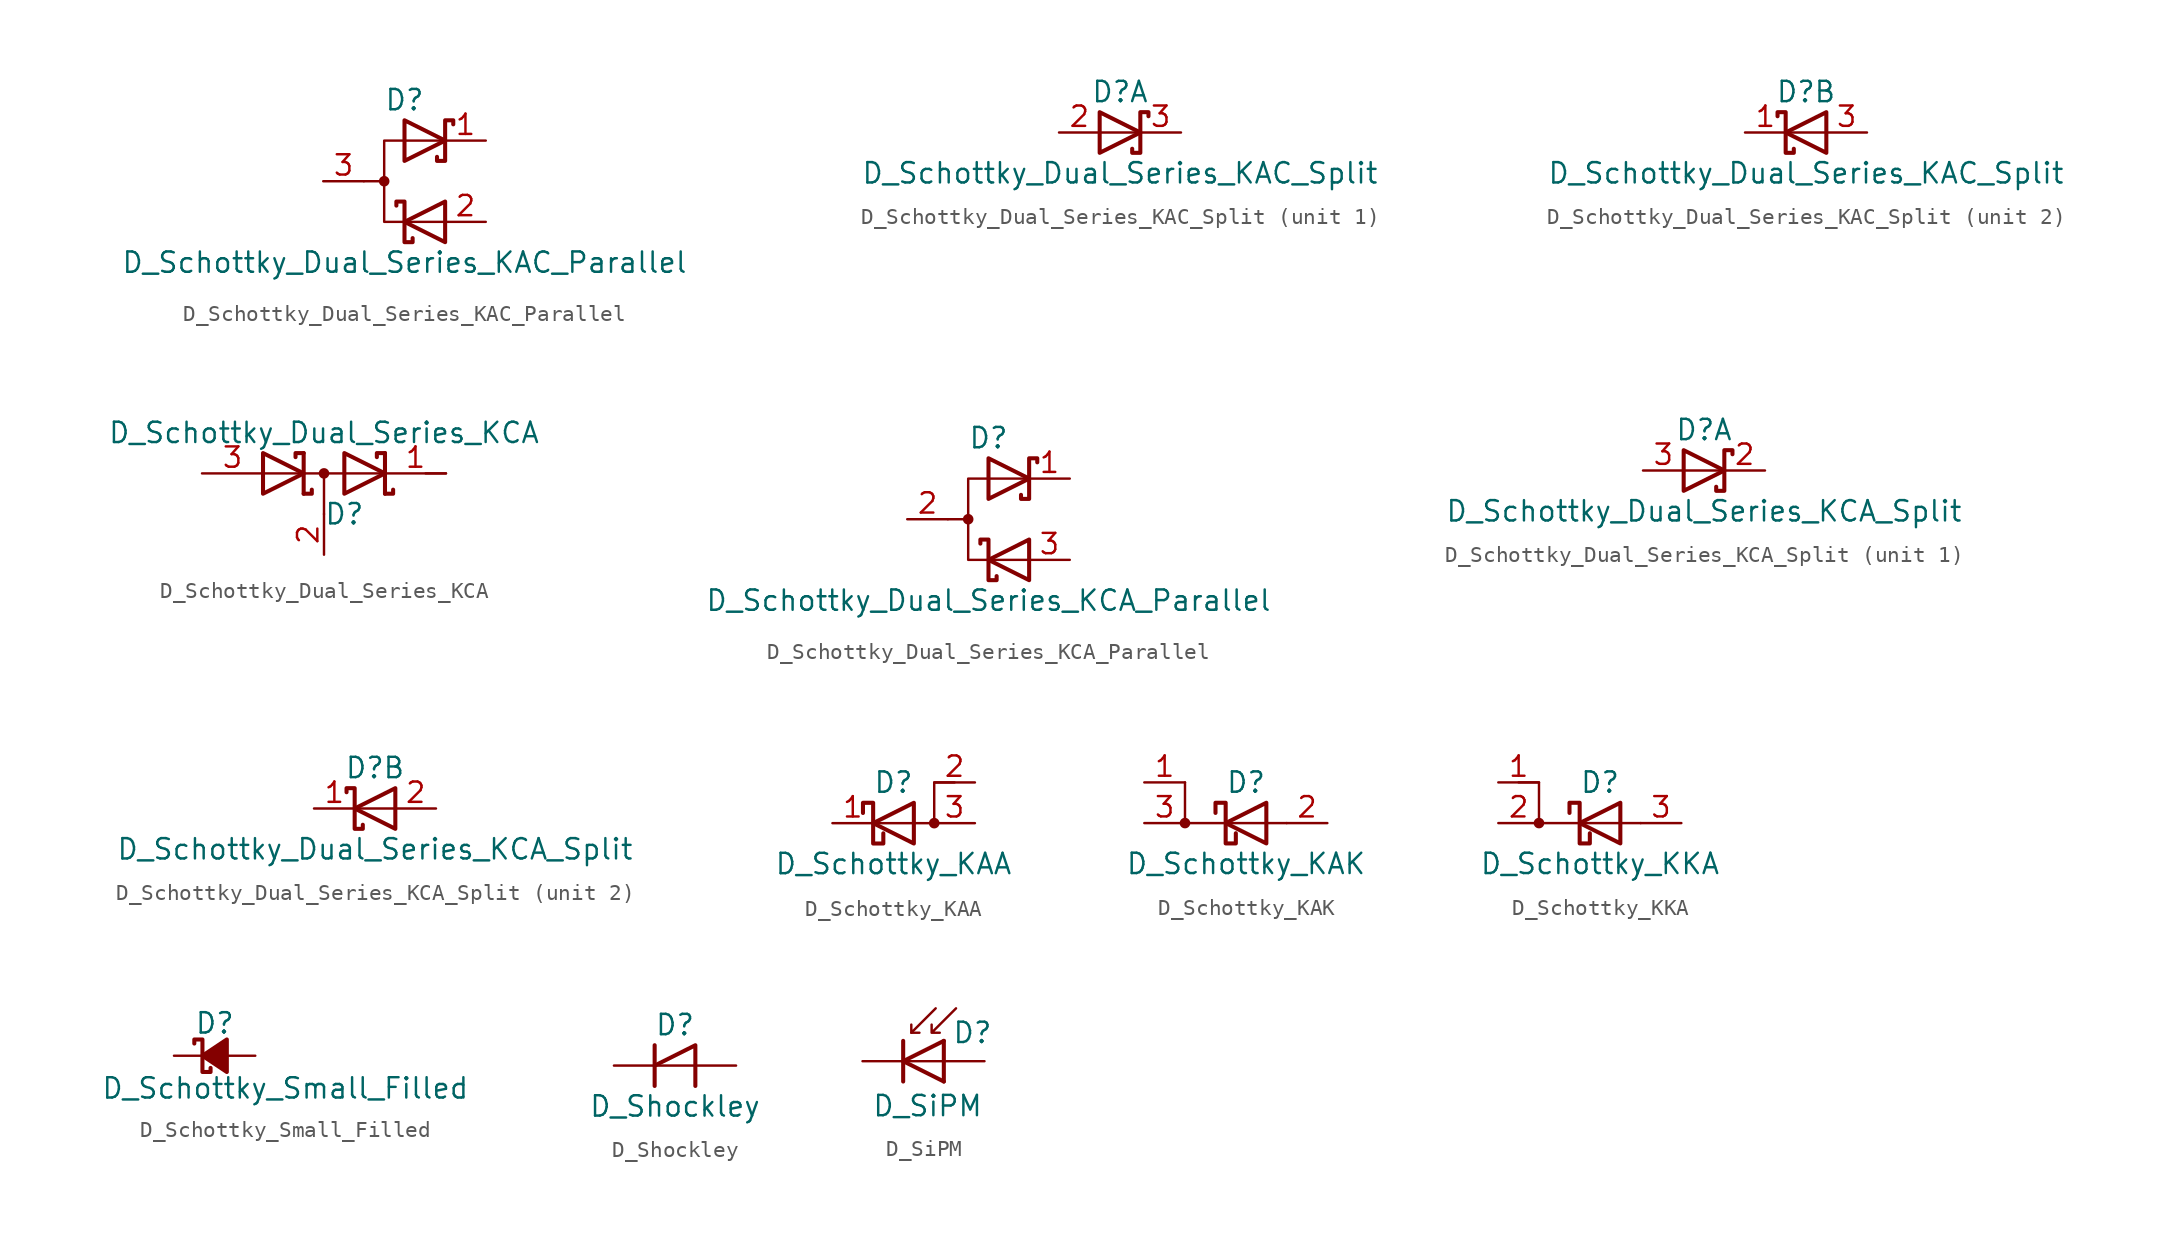
<source format=kicad_sym>
(kicad_symbol_lib
  (version 20241209)
  (generator "kicad_symbol_editor")
  (generator_version "9.0")
  (symbol "D_Schottky_Dual_Series_KAC_Parallel"
    (pin_names
      (offset 0.762)
      (hide yes))
    (property "Reference" "D"
      (at 0 5.08 0)
      (effects (font (size 1.27 1.27))))
    (property "Value" "D_Schottky_Dual_Series_KAC_Parallel"
      (at 0 -5.08 0)
      (effects (font (size 1.27 1.27))))
    (symbol "D_Schottky_Dual_Series_KAC_Parallel_0_1"
      (circle (center -1.27 0) (radius 0.254) (stroke (width 0) (type default)) (fill (type outline)))
      (polyline (pts (xy -1.27 0) (xy -2.54 0)) (stroke (width 0) (type default)) (fill (type none)))
      (polyline (pts (xy -0.508 -1.524) (xy -0.508 -1.27) (xy 0 -1.27) (xy 0 -3.81) (xy 0.508 -3.81) (xy 0.508 -3.556)) (stroke (width 0.254) (type default)) (fill (type none)))
      (polyline (pts (xy 0 3.81) (xy 2.54 2.54) (xy 0 1.27) (xy 0 3.81) (xy 0 3.81) (xy 0 3.81)) (stroke (width 0.254) (type default)) (fill (type none)))
      (polyline (pts (xy 2.54 2.54) (xy -1.27 2.54) (xy -1.27 -2.54) (xy 2.54 -2.54)) (stroke (width 0) (type default)) (fill (type none)))
      (polyline (pts (xy 2.54 -1.27) (xy 0 -2.54) (xy 2.54 -3.81) (xy 2.54 -1.27) (xy 2.54 -1.27) (xy 2.54 -1.27)) (stroke (width 0.254) (type default)) (fill (type none)))
      (polyline (pts (xy 3.048 3.556) (xy 3.048 3.81) (xy 2.54 3.81) (xy 2.54 1.27) (xy 2.032 1.27) (xy 2.032 1.524)) (stroke (width 0.254) (type default)) (fill (type none)))
      (pin passive line (at -5.08 0 0) (length 2.54) (name "A" (effects (font (size 1.27 1.27)))) (number "3" (effects (font (size 1.27 1.27)))))
      (pin passive line (at 5.08 2.54 180) (length 2.54) (name "K" (effects (font (size 1.27 1.27)))) (number "1" (effects (font (size 1.27 1.27)))))
      (pin passive line (at 5.08 -2.54 180) (length 2.54) (name "K" (effects (font (size 1.27 1.27)))) (number "2" (effects (font (size 1.27 1.27)))))))
  (symbol "D_Schottky_Dual_Series_KAC_Split"
    (pin_names
      (offset 0.762)
      (hide yes))
    (property "Reference" "D"
      (at 0 2.54 0)
      (effects (font (size 1.27 1.27))))
    (property "Value" "D_Schottky_Dual_Series_KAC_Split"
      (at 0 -2.54 0)
      (effects (font (size 1.27 1.27))))
    (property "ki_locked" ""
      (at 0 0 0)
      (effects (font (size 1.27 1.27))))
    (symbol "D_Schottky_Dual_Series_KAC_Split_0_1"
      (pin passive line (at 3.81 0 180) (length 2.54) (name "K" (effects (font (size 1.27 1.27)))) (number "3" (effects (font (size 1.27 1.27))))))
    (symbol "D_Schottky_Dual_Series_KAC_Split_1_1"
      (polyline (pts (xy -1.27 1.27) (xy 1.27 0) (xy -1.27 -1.27) (xy -1.27 1.27) (xy -1.27 1.27) (xy -1.27 1.27)) (stroke (width 0.254) (type default)) (fill (type none)))
      (polyline (pts (xy 1.27 0) (xy -1.27 0)) (stroke (width 0) (type default)) (fill (type none)))
      (polyline (pts (xy 1.778 1.016) (xy 1.778 1.27) (xy 1.27 1.27) (xy 1.27 -1.27) (xy 0.762 -1.27) (xy 0.762 -1.016)) (stroke (width 0.254) (type default)) (fill (type none)))
      (pin passive line (at -3.81 0 0) (length 2.54) (name "A" (effects (font (size 1.27 1.27)))) (number "2" (effects (font (size 1.27 1.27))))))
    (symbol "D_Schottky_Dual_Series_KAC_Split_2_1"
      (polyline (pts (xy -1.778 1.016) (xy -1.778 1.27) (xy -1.27 1.27) (xy -1.27 -1.27) (xy -0.762 -1.27) (xy -0.762 -1.016)) (stroke (width 0.254) (type default)) (fill (type none)))
      (polyline (pts (xy -1.27 0) (xy 1.27 0)) (stroke (width 0) (type default)) (fill (type none)))
      (polyline (pts (xy 1.27 1.27) (xy -1.27 0) (xy 1.27 -1.27) (xy 1.27 1.27) (xy 1.27 1.27) (xy 1.27 1.27)) (stroke (width 0.254) (type default)) (fill (type none)))
      (pin passive line (at -3.81 0 0) (length 2.54) (name "K" (effects (font (size 1.27 1.27)))) (number "1" (effects (font (size 1.27 1.27)))))))
  (symbol "D_Schottky_Dual_Series_KCA"
    (pin_names
      (offset 0.762)
      (hide yes))
    (property "Reference" "D"
      (at 1.27 -2.54 0)
      (effects (font (size 1.27 1.27))))
    (property "Value" "D_Schottky_Dual_Series_KCA"
      (at 0 2.54 0)
      (effects (font (size 1.27 1.27))))
    (symbol "D_Schottky_Dual_Series_KCA_0_1"
      (polyline (pts (xy -3.81 1.27) (xy -1.27 0) (xy -3.81 -1.27) (xy -3.81 1.27) (xy -3.81 1.27) (xy -3.81 1.27)) (stroke (width 0.254) (type default)) (fill (type none)))
      (polyline (pts (xy -3.81 0) (xy 3.81 0)) (stroke (width 0) (type default)) (fill (type none)))
      (polyline (pts (xy -1.778 1.016) (xy -1.778 1.27) (xy -1.27 1.27) (xy -1.27 1.27) (xy -1.27 1.27)) (stroke (width 0.254) (type default)) (fill (type none)))
      (polyline (pts (xy -1.27 -1.27) (xy -1.27 1.27) (xy -1.27 1.27)) (stroke (width 0.254) (type default)) (fill (type none)))
      (polyline (pts (xy -1.27 -1.27) (xy -0.762 -1.27) (xy -0.762 -1.016) (xy -0.762 -1.016)) (stroke (width 0.254) (type default)) (fill (type none)))
      (polyline (pts (xy 0 0) (xy 0 -2.54)) (stroke (width 0) (type default)) (fill (type none)))
      (circle (center 0 0) (radius 0.254) (stroke (width 0) (type default)) (fill (type outline)))
      (polyline (pts (xy 1.27 1.27) (xy 3.81 0) (xy 1.27 -1.27) (xy 1.27 1.27) (xy 1.27 1.27) (xy 1.27 1.27)) (stroke (width 0.254) (type default)) (fill (type none)))
      (polyline (pts (xy 3.81 1.27) (xy 3.81 -1.27) (xy 3.81 -1.27)) (stroke (width 0.254) (type default)) (fill (type none)))
      (polyline (pts (xy 3.81 1.27) (xy 3.302 1.27) (xy 3.302 1.016) (xy 3.302 1.016)) (stroke (width 0.254) (type default)) (fill (type none)))
      (polyline (pts (xy 3.81 -1.27) (xy 4.318 -1.27) (xy 4.318 -1.016) (xy 4.318 -1.016)) (stroke (width 0.254) (type default)) (fill (type none)))
      (polyline (pts (xy 6.35 0) (xy 7.62 0)) (stroke (width 0) (type default)) (fill (type none)))
      (pin passive line (at -7.62 0 0) (length 3.81) (name "A" (effects (font (size 1.27 1.27)))) (number "3" (effects (font (size 1.27 1.27)))))
      (pin passive line (at 0 -5.08 90) (length 2.54) (name "common" (effects (font (size 1.27 1.27)))) (number "2" (effects (font (size 1.27 1.27)))))
      (pin passive line (at 7.62 0 180) (length 3.81) (name "K" (effects (font (size 1.27 1.27)))) (number "1" (effects (font (size 1.27 1.27)))))))
  (symbol "D_Schottky_Dual_Series_KCA_Parallel"
    (pin_names
      (offset 0.762)
      (hide yes))
    (property "Reference" "D"
      (at 0 5.08 0)
      (effects (font (size 1.27 1.27))))
    (property "Value" "D_Schottky_Dual_Series_KCA_Parallel"
      (at 0 -5.08 0)
      (effects (font (size 1.27 1.27))))
    (symbol "D_Schottky_Dual_Series_KCA_Parallel_0_1"
      (circle (center -1.27 0) (radius 0.254) (stroke (width 0) (type default)) (fill (type outline)))
      (polyline (pts (xy -1.27 0) (xy -2.54 0)) (stroke (width 0) (type default)) (fill (type none)))
      (polyline (pts (xy -0.508 -1.524) (xy -0.508 -1.27) (xy 0 -1.27) (xy 0 -3.81) (xy 0.508 -3.81) (xy 0.508 -3.556)) (stroke (width 0.254) (type default)) (fill (type none)))
      (polyline (pts (xy 0 3.81) (xy 2.54 2.54) (xy 0 1.27) (xy 0 3.81) (xy 0 3.81) (xy 0 3.81)) (stroke (width 0.254) (type default)) (fill (type none)))
      (polyline (pts (xy 2.54 2.54) (xy -1.27 2.54) (xy -1.27 -2.54) (xy 2.54 -2.54)) (stroke (width 0) (type default)) (fill (type none)))
      (polyline (pts (xy 2.54 -1.27) (xy 0 -2.54) (xy 2.54 -3.81) (xy 2.54 -1.27) (xy 2.54 -1.27) (xy 2.54 -1.27)) (stroke (width 0.254) (type default)) (fill (type none)))
      (polyline (pts (xy 3.048 3.556) (xy 3.048 3.81) (xy 2.54 3.81) (xy 2.54 1.27) (xy 2.032 1.27) (xy 2.032 1.524)) (stroke (width 0.254) (type default)) (fill (type none)))
      (pin passive line (at -5.08 0 0) (length 2.54) (name "A" (effects (font (size 1.27 1.27)))) (number "2" (effects (font (size 1.27 1.27)))))
      (pin passive line (at 5.08 2.54 180) (length 2.54) (name "K" (effects (font (size 1.27 1.27)))) (number "1" (effects (font (size 1.27 1.27)))))
      (pin passive line (at 5.08 -2.54 180) (length 2.54) (name "K" (effects (font (size 1.27 1.27)))) (number "3" (effects (font (size 1.27 1.27)))))))
  (symbol "D_Schottky_Dual_Series_KCA_Split"
    (pin_names
      (offset 0.762)
      (hide yes))
    (property "Reference" "D"
      (at 0 2.54 0)
      (effects (font (size 1.27 1.27))))
    (property "Value" "D_Schottky_Dual_Series_KCA_Split"
      (at 0 -2.54 0)
      (effects (font (size 1.27 1.27))))
    (property "ki_locked" ""
      (at 0 0 0)
      (effects (font (size 1.27 1.27))))
    (symbol "D_Schottky_Dual_Series_KCA_Split_0_1"
      (pin passive line (at 3.81 0 180) (length 2.54) (name "K" (effects (font (size 1.27 1.27)))) (number "2" (effects (font (size 1.27 1.27))))))
    (symbol "D_Schottky_Dual_Series_KCA_Split_1_1"
      (polyline (pts (xy -1.27 1.27) (xy 1.27 0) (xy -1.27 -1.27) (xy -1.27 1.27) (xy -1.27 1.27) (xy -1.27 1.27)) (stroke (width 0.254) (type default)) (fill (type none)))
      (polyline (pts (xy 1.27 0) (xy -1.27 0)) (stroke (width 0) (type default)) (fill (type none)))
      (polyline (pts (xy 1.778 1.016) (xy 1.778 1.27) (xy 1.27 1.27) (xy 1.27 -1.27) (xy 0.762 -1.27) (xy 0.762 -1.016)) (stroke (width 0.254) (type default)) (fill (type none)))
      (pin passive line (at -3.81 0 0) (length 2.54) (name "A" (effects (font (size 1.27 1.27)))) (number "3" (effects (font (size 1.27 1.27))))))
    (symbol "D_Schottky_Dual_Series_KCA_Split_2_1"
      (polyline (pts (xy -1.778 1.016) (xy -1.778 1.27) (xy -1.27 1.27) (xy -1.27 -1.27) (xy -0.762 -1.27) (xy -0.762 -1.016)) (stroke (width 0.254) (type default)) (fill (type none)))
      (polyline (pts (xy -1.27 0) (xy 1.27 0)) (stroke (width 0) (type default)) (fill (type none)))
      (polyline (pts (xy 1.27 1.27) (xy -1.27 0) (xy 1.27 -1.27) (xy 1.27 1.27) (xy 1.27 1.27) (xy 1.27 1.27)) (stroke (width 0.254) (type default)) (fill (type none)))
      (pin passive line (at -3.81 0 0) (length 2.54) (name "K" (effects (font (size 1.27 1.27)))) (number "1" (effects (font (size 1.27 1.27)))))))
  (symbol "D_Schottky_KAA"
    (pin_names
      (offset 0)
      (hide yes))
    (property "Reference" "D"
      (at 0 2.54 0)
      (effects (font (size 1.27 1.27))))
    (property "Value" "D_Schottky_KAA"
      (at 0 -2.54 0)
      (effects (font (size 1.27 1.27))))
    (symbol "D_Schottky_KAA_0_1"
      (polyline (pts (xy -1.905 0.635) (xy -1.905 1.27) (xy -1.27 1.27) (xy -1.27 -1.27) (xy -0.635 -1.27) (xy -0.635 -0.635)) (stroke (width 0.254) (type default)) (fill (type none)))
      (polyline (pts (xy 1.27 1.27) (xy 1.27 -1.27) (xy -1.27 0) (xy 1.27 1.27)) (stroke (width 0.254) (type default)) (fill (type none)))
      (circle (center 2.54 0) (radius 0.254) (stroke (width 0) (type default)) (fill (type outline)))
      (polyline (pts (xy 3.81 2.54) (xy 2.54 2.54) (xy 2.54 0) (xy -1.27 0)) (stroke (width 0) (type default)) (fill (type none))))
    (symbol "D_Schottky_KAA_1_1"
      (pin passive line (at -3.81 0 0) (length 2.54) (name "K" (effects (font (size 1.27 1.27)))) (number "1" (effects (font (size 1.27 1.27)))))
      (pin passive line (at 5.08 2.54 180) (length 2.54) (name "A" (effects (font (size 1.27 1.27)))) (number "2" (effects (font (size 1.27 1.27)))))
      (pin passive line (at 5.08 0 180) (length 2.54) (name "A" (effects (font (size 1.27 1.27)))) (number "3" (effects (font (size 1.27 1.27)))))))
  (symbol "D_Schottky_KAK"
    (pin_names
      (offset 0)
      (hide yes))
    (property "Reference" "D"
      (at 0 2.54 0)
      (effects (font (size 1.27 1.27))))
    (property "Value" "D_Schottky_KAK"
      (at 0 -2.54 0)
      (effects (font (size 1.27 1.27))))
    (symbol "D_Schottky_KAK_0_1"
      (polyline (pts (xy -3.81 2.54) (xy -3.81 0) (xy 2.54 0)) (stroke (width 0) (type default)) (fill (type none)))
      (circle (center -3.81 0) (radius 0.254) (stroke (width 0) (type default)) (fill (type outline)))
      (polyline (pts (xy -1.905 0.635) (xy -1.905 1.27) (xy -1.27 1.27) (xy -1.27 -1.27) (xy -0.635 -1.27) (xy -0.635 -0.635)) (stroke (width 0.254) (type default)) (fill (type none)))
      (polyline (pts (xy 1.27 1.27) (xy 1.27 -1.27) (xy -1.27 0) (xy 1.27 1.27)) (stroke (width 0.254) (type default)) (fill (type none))))
    (symbol "D_Schottky_KAK_1_1"
      (pin passive line (at -6.35 2.54 0) (length 2.54) (name "K" (effects (font (size 1.27 1.27)))) (number "1" (effects (font (size 1.27 1.27)))))
      (pin passive line (at -6.35 0 0) (length 2.54) (name "K" (effects (font (size 1.27 1.27)))) (number "3" (effects (font (size 1.27 1.27)))))
      (pin passive line (at 5.08 0 180) (length 2.54) (name "A" (effects (font (size 1.27 1.27)))) (number "2" (effects (font (size 1.27 1.27)))))))
  (symbol "D_Schottky_KKA"
    (pin_names
      (offset 0)
      (hide yes))
    (property "Reference" "D"
      (at 0 2.54 0)
      (effects (font (size 1.27 1.27))))
    (property "Value" "D_Schottky_KKA"
      (at 0 -2.54 0)
      (effects (font (size 1.27 1.27))))
    (symbol "D_Schottky_KKA_0_1"
      (polyline (pts (xy -5.08 2.54) (xy -3.81 2.54) (xy -3.81 0) (xy 2.54 0)) (stroke (width 0) (type default)) (fill (type none)))
      (circle (center -3.81 0) (radius 0.254) (stroke (width 0) (type default)) (fill (type outline)))
      (polyline (pts (xy -1.905 0.635) (xy -1.905 1.27) (xy -1.27 1.27) (xy -1.27 -1.27) (xy -0.635 -1.27) (xy -0.635 -0.635)) (stroke (width 0.254) (type default)) (fill (type none)))
      (polyline (pts (xy 1.27 1.27) (xy 1.27 -1.27) (xy -1.27 0) (xy 1.27 1.27)) (stroke (width 0.254) (type default)) (fill (type none))))
    (symbol "D_Schottky_KKA_1_1"
      (pin passive line (at -6.35 2.54 0) (length 2.54) (name "K" (effects (font (size 1.27 1.27)))) (number "1" (effects (font (size 1.27 1.27)))))
      (pin passive line (at -6.35 0 0) (length 2.54) (name "K" (effects (font (size 1.27 1.27)))) (number "2" (effects (font (size 1.27 1.27)))))
      (pin passive line (at 5.08 0 180) (length 2.54) (name "A" (effects (font (size 1.27 1.27)))) (number "3" (effects (font (size 1.27 1.27)))))))
  (symbol "D_Schottky_Small_Filled"
    (pin_numbers
      (hide yes))
    (pin_names
      (offset 0.254)
      (hide yes))
    (property "Reference" "D"
      (at -1.27 2.032 0)
      (effects (font (size 1.27 1.27)) (justify left)))
    (property "Value" "D_Schottky_Small_Filled"
      (at -7.112 -2.032 0)
      (effects (font (size 1.27 1.27)) (justify left)))
    (symbol "D_Schottky_Small_Filled_0_1"
      (polyline (pts (xy -1.27 0.762) (xy -1.27 1.016) (xy -0.762 1.016) (xy -0.762 -1.016) (xy -0.254 -1.016) (xy -0.254 -0.762)) (stroke (width 0.254) (type default)) (fill (type none)))
      (polyline (pts (xy -0.762 0) (xy 0.762 0)) (stroke (width 0) (type default)) (fill (type none)))
      (polyline (pts (xy 0.762 -1.016) (xy -0.762 0) (xy 0.762 1.016) (xy 0.762 -1.016)) (stroke (width 0.254) (type default)) (fill (type outline))))
    (symbol "D_Schottky_Small_Filled_1_1"
      (pin passive line (at -2.54 0 0) (length 1.778) (name "K" (effects (font (size 1.27 1.27)))) (number "1" (effects (font (size 1.27 1.27)))))
      (pin passive line (at 2.54 0 180) (length 1.778) (name "A" (effects (font (size 1.27 1.27)))) (number "2" (effects (font (size 1.27 1.27)))))))
  (symbol "D_Shockley"
    (pin_numbers
      (hide yes))
    (pin_names
      (offset 1.016)
      (hide yes))
    (property "Reference" "D"
      (at 0 2.54 0)
      (effects (font (size 1.27 1.27))))
    (property "Value" "D_Shockley"
      (at 0 -2.54 0)
      (effects (font (size 1.27 1.27))))
    (symbol "D_Shockley_0_1"
      (polyline (pts (xy -1.27 1.27) (xy -1.27 -1.27)) (stroke (width 0.254) (type default)) (fill (type none)))
      (polyline (pts (xy -1.27 0) (xy 1.27 0)) (stroke (width 0) (type default)) (fill (type none)))
      (polyline (pts (xy -1.27 0) (xy 1.27 1.27) (xy 1.27 -1.27)) (stroke (width 0.254) (type default)) (fill (type none))))
    (symbol "D_Shockley_1_1"
      (pin passive line (at -3.81 0 0) (length 2.54) (name "K" (effects (font (size 1.27 1.27)))) (number "1" (effects (font (size 1.27 1.27)))))
      (pin passive line (at 3.81 0 180) (length 2.54) (name "A" (effects (font (size 1.27 1.27)))) (number "2" (effects (font (size 1.27 1.27)))))))
  (symbol "D_SiPM"
    (pin_numbers
      (hide yes))
    (pin_names
      (hide yes))
    (property "Reference" "D"
      (at 1.778 1.778 0)
      (effects (font (size 1.27 1.27)) (justify left)))
    (property "Value" "D_SiPM"
      (at 0.254 -2.794 0)
      (effects (font (size 1.27 1.27))))
    (symbol "D_SiPM_0_1"
      (polyline (pts (xy -1.27 1.27) (xy -1.27 -1.27)) (stroke (width 0.254) (type default)) (fill (type none)))
      (polyline (pts (xy -1.27 0) (xy 1.27 0)) (stroke (width 0) (type default)) (fill (type none)))
      (polyline (pts (xy -0.762 1.778) (xy -0.254 1.778)) (stroke (width 0) (type default)) (fill (type none)))
      (polyline (pts (xy 0.762 3.302) (xy -0.762 1.778) (xy -0.762 2.286)) (stroke (width 0) (type default)) (fill (type none)))
      (polyline (pts (xy 1.27 1.27) (xy 1.27 -1.27)) (stroke (width 0.254) (type default)) (fill (type none)))
      (polyline (pts (xy 1.27 1.27) (xy -1.27 0) (xy 1.27 -1.27)) (stroke (width 0.254) (type default)) (fill (type none)))
      (polyline (pts (xy 2.032 3.302) (xy 0.508 1.778) (xy 0.508 2.286) (xy 0.508 1.778) (xy 1.016 1.778)) (stroke (width 0) (type default)) (fill (type none))))
    (symbol "D_SiPM_1_1"
      (pin passive line (at -3.81 0 0) (length 2.54) (name "K" (effects (font (size 1.27 1.27)))) (number "1" (effects (font (size 1.27 1.27)))))
      (pin passive line (at 3.81 0 180) (length 2.54) (name "A" (effects (font (size 1.27 1.27)))) (number "2" (effects (font (size 1.27 1.27))))))))
</source>
